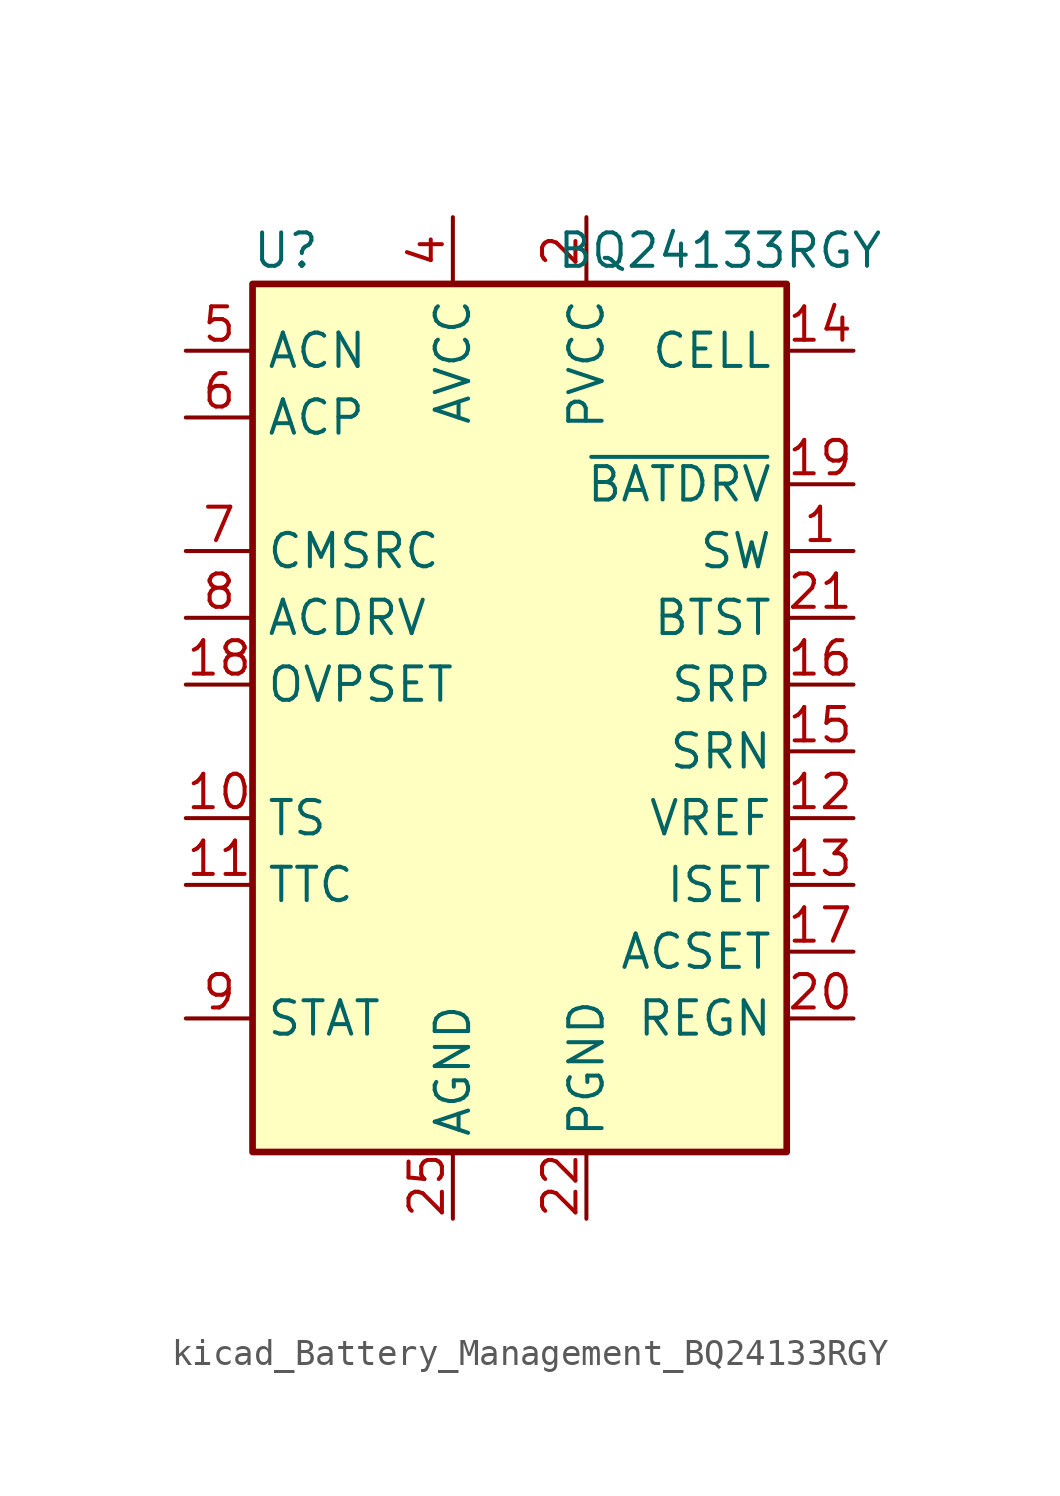
<source format=kicad_sym>
(kicad_symbol_lib
  (version 20220914)
  (generator kicad_symbol_editor)
  (symbol "kicad_Battery_Management_BQ24133RGY"
    (property "Reference" "U"
      (at -8.89 19.05 0)
      (effects (font (size 1.27 1.27))))
    (property "Value" "BQ24133RGY"
      (at 7.62 19.05 0)
      (effects (font (size 1.27 1.27))))
    (symbol "kicad_Battery_Management_BQ24133RGY_0_1"
      (rectangle (start -10.16 -15.24) (end 10.16 17.78) (stroke (width 0.254) (type default)) (fill (type background))))
    (symbol "kicad_Battery_Management_BQ24133RGY_1_1"
      (pin power_out line (at 12.7 7.62 180) (length 2.54) (name "SW" (effects (font (size 1.27 1.27)))) (number "1" (effects (font (size 1.27 1.27)))))
      (pin input line (at -12.7 -2.54 0) (length 2.54) (name "TS" (effects (font (size 1.27 1.27)))) (number "10" (effects (font (size 1.27 1.27)))))
      (pin passive line (at -12.7 -5.08 0) (length 2.54) (name "TTC" (effects (font (size 1.27 1.27)))) (number "11" (effects (font (size 1.27 1.27)))))
      (pin power_out line (at 12.7 -2.54 180) (length 2.54) (name "VREF" (effects (font (size 1.27 1.27)))) (number "12" (effects (font (size 1.27 1.27)))))
      (pin input line (at 12.7 -5.08 180) (length 2.54) (name "ISET" (effects (font (size 1.27 1.27)))) (number "13" (effects (font (size 1.27 1.27)))))
      (pin passive line (at 12.7 15.24 180) (length 2.54) (name "CELL" (effects (font (size 1.27 1.27)))) (number "14" (effects (font (size 1.27 1.27)))))
      (pin input line (at 12.7 0 180) (length 2.54) (name "SRN" (effects (font (size 1.27 1.27)))) (number "15" (effects (font (size 1.27 1.27)))))
      (pin input line (at 12.7 2.54 180) (length 2.54) (name "SRP" (effects (font (size 1.27 1.27)))) (number "16" (effects (font (size 1.27 1.27)))))
      (pin input line (at 12.7 -7.62 180) (length 2.54) (name "ACSET" (effects (font (size 1.27 1.27)))) (number "17" (effects (font (size 1.27 1.27)))))
      (pin input line (at -12.7 2.54 0) (length 2.54) (name "OVPSET" (effects (font (size 1.27 1.27)))) (number "18" (effects (font (size 1.27 1.27)))))
      (pin output line (at 12.7 10.16 180) (length 2.54) (name "~{BATDRV}" (effects (font (size 1.27 1.27)))) (number "19" (effects (font (size 1.27 1.27)))))
      (pin power_in line (at 2.54 20.32 270) (length 2.54) (name "PVCC" (effects (font (size 1.27 1.27)))) (number "2" (effects (font (size 1.27 1.27)))))
      (pin passive line (at 12.7 -10.16 180) (length 2.54) (name "REGN" (effects (font (size 1.27 1.27)))) (number "20" (effects (font (size 1.27 1.27)))))
      (pin passive line (at 12.7 5.08 180) (length 2.54) (name "BTST" (effects (font (size 1.27 1.27)))) (number "21" (effects (font (size 1.27 1.27)))))
      (pin power_in line (at 2.54 -17.78 90) (length 2.54) (name "PGND" (effects (font (size 1.27 1.27)))) (number "22" (effects (font (size 1.27 1.27)))))
      (pin passive line (at 2.54 -17.78 90) (length 2.54) hide (name "PGND" (effects (font (size 1.27 1.27)))) (number "23" (effects (font (size 1.27 1.27)))))
      (pin passive line (at 12.7 7.62 180) (length 2.54) hide (name "SW" (effects (font (size 1.27 1.27)))) (number "24" (effects (font (size 1.27 1.27)))))
      (pin power_in line (at -2.54 -17.78 90) (length 2.54) (name "AGND" (effects (font (size 1.27 1.27)))) (number "25" (effects (font (size 1.27 1.27)))))
      (pin passive line (at 2.54 20.32 270) (length 2.54) hide (name "PVCC" (effects (font (size 1.27 1.27)))) (number "3" (effects (font (size 1.27 1.27)))))
      (pin power_in line (at -2.54 20.32 270) (length 2.54) (name "AVCC" (effects (font (size 1.27 1.27)))) (number "4" (effects (font (size 1.27 1.27)))))
      (pin input line (at -12.7 15.24 0) (length 2.54) (name "ACN" (effects (font (size 1.27 1.27)))) (number "5" (effects (font (size 1.27 1.27)))))
      (pin input line (at -12.7 12.7 0) (length 2.54) (name "ACP" (effects (font (size 1.27 1.27)))) (number "6" (effects (font (size 1.27 1.27)))))
      (pin output line (at -12.7 7.62 0) (length 2.54) (name "CMSRC" (effects (font (size 1.27 1.27)))) (number "7" (effects (font (size 1.27 1.27)))))
      (pin output line (at -12.7 5.08 0) (length 2.54) (name "ACDRV" (effects (font (size 1.27 1.27)))) (number "8" (effects (font (size 1.27 1.27)))))
      (pin open_collector line (at -12.7 -10.16 0) (length 2.54) (name "STAT" (effects (font (size 1.27 1.27)))) (number "9" (effects (font (size 1.27 1.27))))))))
</source>
